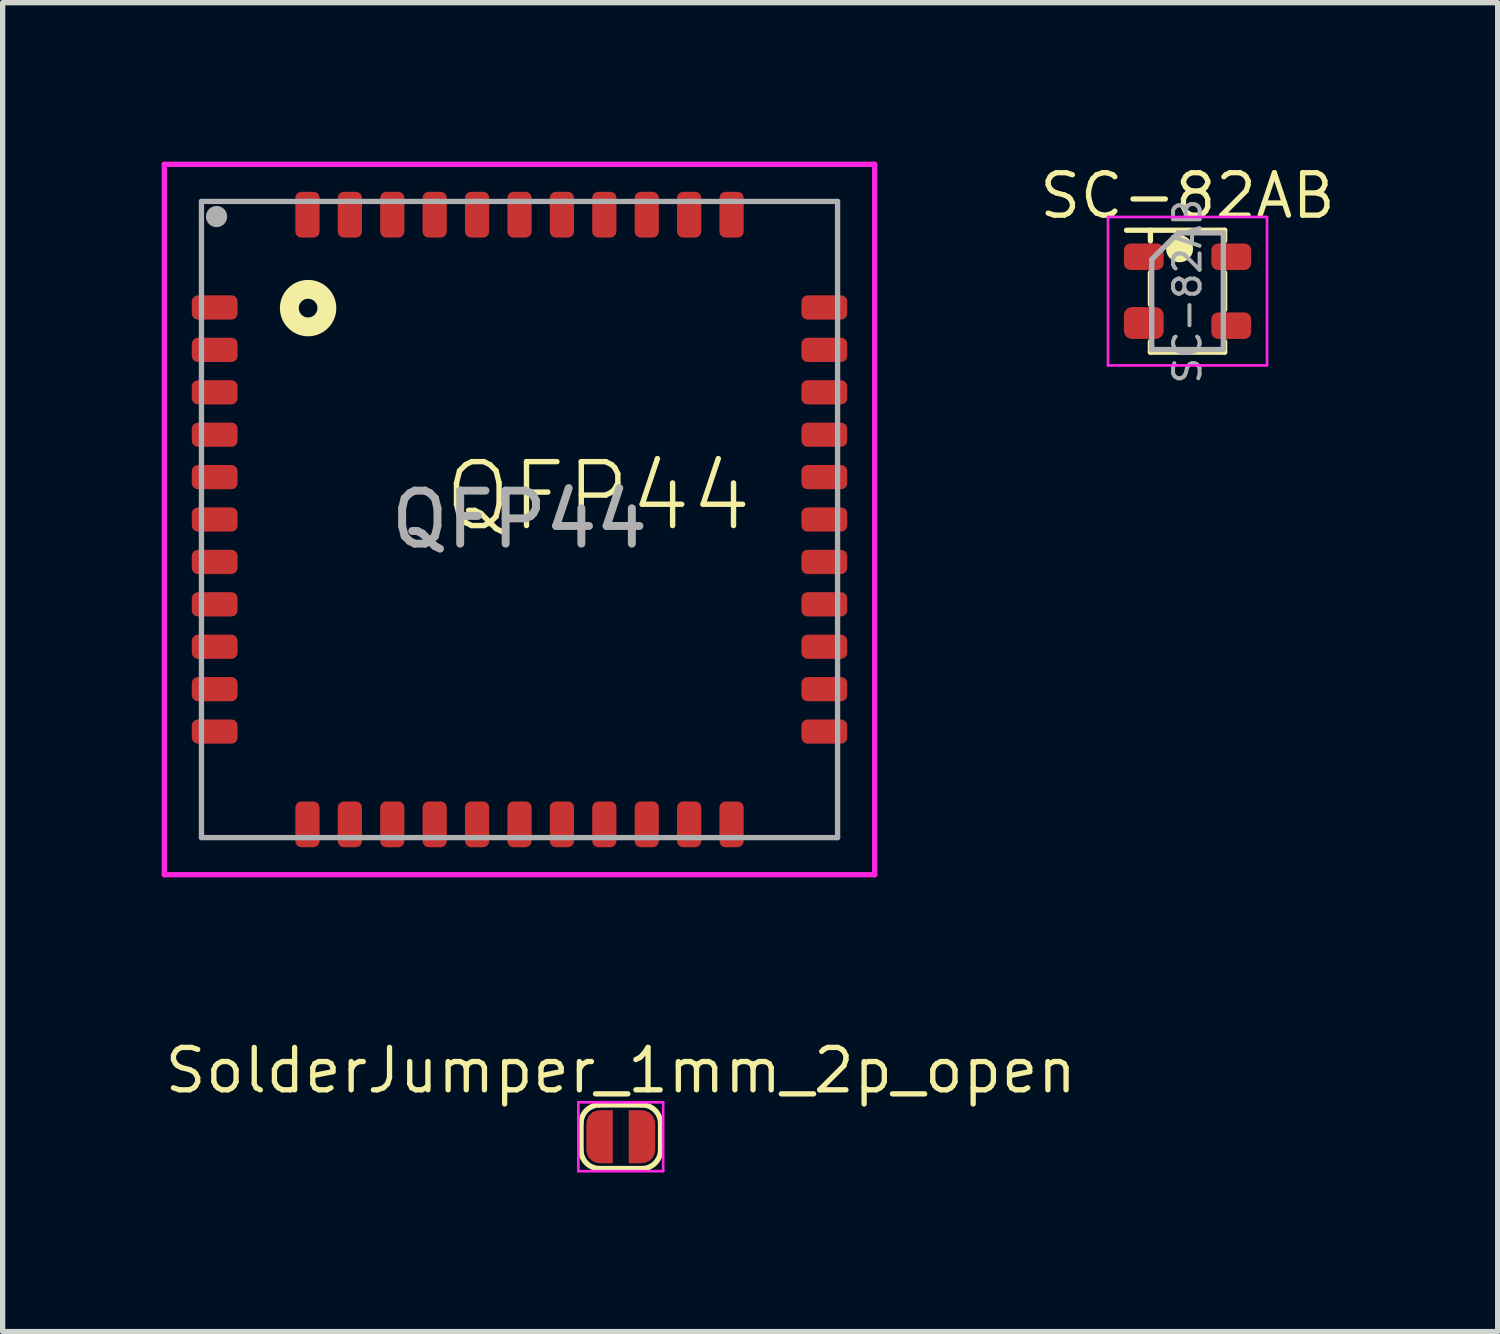
<source format=kicad_pcb>
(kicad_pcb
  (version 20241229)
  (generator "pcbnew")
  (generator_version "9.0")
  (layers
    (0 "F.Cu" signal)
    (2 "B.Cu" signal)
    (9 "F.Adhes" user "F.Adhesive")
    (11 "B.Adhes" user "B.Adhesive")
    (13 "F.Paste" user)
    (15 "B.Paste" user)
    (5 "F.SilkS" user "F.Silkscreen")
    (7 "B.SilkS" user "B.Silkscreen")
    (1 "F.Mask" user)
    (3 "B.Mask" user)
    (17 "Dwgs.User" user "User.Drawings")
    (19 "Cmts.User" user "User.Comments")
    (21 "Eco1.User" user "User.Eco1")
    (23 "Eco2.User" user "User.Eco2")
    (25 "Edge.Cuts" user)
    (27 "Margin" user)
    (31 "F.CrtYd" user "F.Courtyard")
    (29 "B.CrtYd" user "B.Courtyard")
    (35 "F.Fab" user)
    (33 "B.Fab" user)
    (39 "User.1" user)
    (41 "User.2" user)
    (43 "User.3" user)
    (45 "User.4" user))
  (footprint "QFP44"
    (layer "F.Cu")
    (at 6.75 6.75)
    (property "Reference" "QFP44" (at -1.486 0.267 0) (unlocked yes) (layer "F.SilkS") (effects (font (size 1.206 1.206) (thickness 0.102)) (justify left bottom)))
    (attr smd)
    (fp_circle (center -3.988 -3.988) (end -3.812 -3.988) (stroke (width 0.356) (type solid)) (fill no) (layer "F.SilkS"))
    (fp_line (start -6.7 -6.7) (end 6.7 -6.7) (stroke (width 0.1) (type solid)) (layer "F.CrtYd"))
    (fp_line (start -6.7 6.7) (end -6.7 -6.7) (stroke (width 0.1) (type solid)) (layer "F.CrtYd"))
    (fp_line (start 6.7 -6.7) (end 6.7 6.7) (stroke (width 0.1) (type solid)) (layer "F.CrtYd"))
    (fp_line (start 6.7 6.7) (end -6.7 6.7) (stroke (width 0.1) (type solid)) (layer "F.CrtYd"))
    (fp_line (start -6 -6) (end -6 6) (stroke (width 0.1) (type solid)) (layer "F.Fab"))
    (fp_line (start -6 6) (end 6 6) (stroke (width 0.1) (type solid)) (layer "F.Fab"))
    (fp_line (start 6 -6) (end -6 -6) (stroke (width 0.1) (type solid)) (layer "F.Fab"))
    (fp_line (start 6 6) (end 6 -6) (stroke (width 0.1) (type solid)) (layer "F.Fab"))
    (fp_circle (center -5.715 -5.715) (end -5.715 -5.815) (stroke (width 0.2) (type solid)) (fill no) (layer "F.Fab"))
    (fp_text user "${REFERENCE}" (at 0 0 180) (layer "F.Fab") (effects (font (size 1 1) (thickness 0.15))))
    (pad "1" smd roundrect (at -5.75 -4 90) (size 0.457 0.864) (layers "F.Cu" "F.Mask" "F.Paste") (roundrect_rratio 0.25))
    (pad "2" smd roundrect (at -5.75 -3.2 90) (size 0.457 0.864) (layers "F.Cu" "F.Mask" "F.Paste") (roundrect_rratio 0.25))
    (pad "3" smd roundrect (at -5.75 -2.4 90) (size 0.457 0.864) (layers "F.Cu" "F.Mask" "F.Paste") (roundrect_rratio 0.25))
    (pad "4" smd roundrect (at -5.75 -1.6 90) (size 0.457 0.864) (layers "F.Cu" "F.Mask" "F.Paste") (roundrect_rratio 0.25))
    (pad "5" smd roundrect (at -5.75 -0.8 90) (size 0.457 0.864) (layers "F.Cu" "F.Mask" "F.Paste") (roundrect_rratio 0.25))
    (pad "6" smd roundrect (at -5.75 0 90) (size 0.457 0.864) (layers "F.Cu" "F.Mask" "F.Paste") (roundrect_rratio 0.25))
    (pad "7" smd roundrect (at -5.75 0.8 90) (size 0.457 0.864) (layers "F.Cu" "F.Mask" "F.Paste") (roundrect_rratio 0.25))
    (pad "8" smd roundrect (at -5.75 1.6 90) (size 0.457 0.864) (layers "F.Cu" "F.Mask" "F.Paste") (roundrect_rratio 0.25))
    (pad "9" smd roundrect (at -5.75 2.4 90) (size 0.457 0.864) (layers "F.Cu" "F.Mask" "F.Paste") (roundrect_rratio 0.25))
    (pad "10" smd roundrect (at -5.75 3.2 90) (size 0.457 0.864) (layers "F.Cu" "F.Mask" "F.Paste") (roundrect_rratio 0.25))
    (pad "11" smd roundrect (at -5.75 4 90) (size 0.457 0.864) (layers "F.Cu" "F.Mask" "F.Paste") (roundrect_rratio 0.25))
    (pad "12" smd roundrect (at -4 5.75) (size 0.457 0.864) (layers "F.Cu" "F.Mask" "F.Paste") (roundrect_rratio 0.25))
    (pad "13" smd roundrect (at -3.2 5.75) (size 0.457 0.864) (layers "F.Cu" "F.Mask" "F.Paste") (roundrect_rratio 0.25))
    (pad "14" smd roundrect (at -2.4 5.75) (size 0.457 0.864) (layers "F.Cu" "F.Mask" "F.Paste") (roundrect_rratio 0.25))
    (pad "15" smd roundrect (at -1.6 5.75) (size 0.457 0.864) (layers "F.Cu" "F.Mask" "F.Paste") (roundrect_rratio 0.25))
    (pad "16" smd roundrect (at -0.8 5.75) (size 0.457 0.864) (layers "F.Cu" "F.Mask" "F.Paste") (roundrect_rratio 0.25))
    (pad "17" smd roundrect (at 0 5.75) (size 0.457 0.864) (layers "F.Cu" "F.Mask" "F.Paste") (roundrect_rratio 0.25))
    (pad "18" smd roundrect (at 0.8 5.75) (size 0.457 0.864) (layers "F.Cu" "F.Mask" "F.Paste") (roundrect_rratio 0.25))
    (pad "19" smd roundrect (at 1.6 5.75) (size 0.457 0.864) (layers "F.Cu" "F.Mask" "F.Paste") (roundrect_rratio 0.25))
    (pad "20" smd roundrect (at 2.4 5.75) (size 0.457 0.864) (layers "F.Cu" "F.Mask" "F.Paste") (roundrect_rratio 0.25))
    (pad "21" smd roundrect (at 3.2 5.75) (size 0.457 0.864) (layers "F.Cu" "F.Mask" "F.Paste") (roundrect_rratio 0.25))
    (pad "22" smd roundrect (at 4 5.75) (size 0.457 0.864) (layers "F.Cu" "F.Mask" "F.Paste") (roundrect_rratio 0.25))
    (pad "23" smd roundrect (at 5.75 4 90) (size 0.457 0.864) (layers "F.Cu" "F.Mask" "F.Paste") (roundrect_rratio 0.25))
    (pad "24" smd roundrect (at 5.75 3.2 90) (size 0.457 0.864) (layers "F.Cu" "F.Mask" "F.Paste") (roundrect_rratio 0.25))
    (pad "25" smd roundrect (at 5.75 2.4 90) (size 0.457 0.864) (layers "F.Cu" "F.Mask" "F.Paste") (roundrect_rratio 0.25))
    (pad "26" smd roundrect (at 5.75 1.6 90) (size 0.457 0.864) (layers "F.Cu" "F.Mask" "F.Paste") (roundrect_rratio 0.25))
    (pad "27" smd roundrect (at 5.75 0.8 90) (size 0.457 0.864) (layers "F.Cu" "F.Mask" "F.Paste") (roundrect_rratio 0.25))
    (pad "28" smd roundrect (at 5.75 0 90) (size 0.457 0.864) (layers "F.Cu" "F.Mask" "F.Paste") (roundrect_rratio 0.25))
    (pad "29" smd roundrect (at 5.75 -0.8 90) (size 0.457 0.864) (layers "F.Cu" "F.Mask" "F.Paste") (roundrect_rratio 0.25))
    (pad "30" smd roundrect (at 5.75 -1.6 90) (size 0.457 0.864) (layers "F.Cu" "F.Mask" "F.Paste") (roundrect_rratio 0.25))
    (pad "31" smd roundrect (at 5.75 -2.4 90) (size 0.457 0.864) (layers "F.Cu" "F.Mask" "F.Paste") (roundrect_rratio 0.25))
    (pad "32" smd roundrect (at 5.75 -3.2 90) (size 0.457 0.864) (layers "F.Cu" "F.Mask" "F.Paste") (roundrect_rratio 0.25))
    (pad "33" smd roundrect (at 5.75 -4 90) (size 0.457 0.864) (layers "F.Cu" "F.Mask" "F.Paste") (roundrect_rratio 0.25))
    (pad "34" smd roundrect (at 4 -5.75) (size 0.457 0.864) (layers "F.Cu" "F.Mask" "F.Paste") (roundrect_rratio 0.25))
    (pad "35" smd roundrect (at 3.2 -5.75) (size 0.457 0.864) (layers "F.Cu" "F.Mask" "F.Paste") (roundrect_rratio 0.25))
    (pad "36" smd roundrect (at 2.4 -5.75) (size 0.457 0.864) (layers "F.Cu" "F.Mask" "F.Paste") (roundrect_rratio 0.25))
    (pad "37" smd roundrect (at 1.6 -5.75) (size 0.457 0.864) (layers "F.Cu" "F.Mask" "F.Paste") (roundrect_rratio 0.25))
    (pad "38" smd roundrect (at 0.8 -5.75) (size 0.457 0.864) (layers "F.Cu" "F.Mask" "F.Paste") (roundrect_rratio 0.25))
    (pad "39" smd roundrect (at 0 -5.75) (size 0.457 0.864) (layers "F.Cu" "F.Mask" "F.Paste") (roundrect_rratio 0.25))
    (pad "40" smd roundrect (at -0.8 -5.75) (size 0.457 0.864) (layers "F.Cu" "F.Mask" "F.Paste") (roundrect_rratio 0.25))
    (pad "41" smd roundrect (at -1.6 -5.75) (size 0.457 0.864) (layers "F.Cu" "F.Mask" "F.Paste") (roundrect_rratio 0.25))
    (pad "42" smd roundrect (at -2.4 -5.75) (size 0.457 0.864) (layers "F.Cu" "F.Mask" "F.Paste") (roundrect_rratio 0.25))
    (pad "43" smd roundrect (at -3.2 -5.75) (size 0.457 0.864) (layers "F.Cu" "F.Mask" "F.Paste") (roundrect_rratio 0.25))
    (pad "44" smd roundrect (at -4 -5.75) (size 0.457 0.864) (layers "F.Cu" "F.Mask" "F.Paste") (roundrect_rratio 0.25)))
  (footprint "SC-82AB"
    (layer "F.Cu")
    (at 19.351 2.443)
    (property "Reference" "SC-82AB" (at 0 -1.8 0) (unlocked yes) (layer "F.SilkS") (effects (font (size 0.8 0.8) (thickness 0.1))))
    (attr smd)
    (fp_line (start -0.7 -0.95) (end -0.7 -1.15) (stroke (width 0.1) (type default)) (layer "F.SilkS"))
    (fp_line (start -0.7 -0.35) (end -0.7 0.25) (stroke (width 0.1) (type default)) (layer "F.SilkS"))
    (fp_line (start -0.7 1.15) (end -0.7 0.95) (stroke (width 0.1) (type default)) (layer "F.SilkS"))
    (fp_line (start -0.7 1.15) (end 0.7 1.15) (stroke (width 0.1) (type default)) (layer "F.SilkS"))
    (fp_line (start 0.7 -1.15) (end -1.15 -1.15) (stroke (width 0.1) (type default)) (layer "F.SilkS"))
    (fp_line (start 0.7 -0.95) (end 0.7 -1.15) (stroke (width 0.1) (type default)) (layer "F.SilkS"))
    (fp_line (start 0.7 -0.35) (end 0.7 0.35) (stroke (width 0.1) (type default)) (layer "F.SilkS"))
    (fp_line (start 0.7 1.15) (end 0.7 0.95) (stroke (width 0.1) (type default)) (layer "F.SilkS"))
    (fp_circle (center -0.15 -0.8) (end 0.1 -0.8) (stroke (width 0.01) (type solid)) (fill yes) (layer "F.SilkS"))
    (fp_line (start -1.5 -1.4) (end -1.5 1.4) (stroke (width 0.05) (type solid)) (layer "F.CrtYd"))
    (fp_line (start -1.5 -1.4) (end 1.5 -1.4) (stroke (width 0.05) (type solid)) (layer "F.CrtYd"))
    (fp_line (start -1.5 1.4) (end 1.5 1.4) (stroke (width 0.05) (type solid)) (layer "F.CrtYd"))
    (fp_line (start 1.5 1.4) (end 1.5 -1.4) (stroke (width 0.05) (type solid)) (layer "F.CrtYd"))
    (fp_line (start -0.675 -0.6) (end -0.675 1.1) (stroke (width 0.1) (type solid)) (layer "F.Fab"))
    (fp_line (start -0.175 -1.1) (end -0.675 -0.6) (stroke (width 0.1) (type solid)) (layer "F.Fab"))
    (fp_line (start 0.675 -1.1) (end -0.175 -1.1) (stroke (width 0.1) (type solid)) (layer "F.Fab"))
    (fp_line (start 0.675 -1.1) (end 0.675 1.1) (stroke (width 0.1) (type solid)) (layer "F.Fab"))
    (fp_line (start 0.675 1.1) (end -0.675 1.1) (stroke (width 0.1) (type solid)) (layer "F.Fab"))
    (fp_text user "${REFERENCE}" (at 0 0 90) (layer "F.Fab") (effects (font (size 0.5 0.5) (thickness 0.075))))
    (pad "1" smd roundrect (at -0.825 -0.65) (size 0.75 0.5) (layers "F.Cu" "F.Mask" "F.Paste") (roundrect_rratio 0.25))
    (pad "2" smd roundrect (at -0.825 0.6) (size 0.75 0.6) (layers "F.Cu" "F.Mask" "F.Paste") (roundrect_rratio 0.25))
    (pad "3" smd roundrect (at 0.825 0.65) (size 0.75 0.5) (layers "F.Cu" "F.Mask" "F.Paste") (roundrect_rratio 0.25))
    (pad "4" smd roundrect (at 0.825 -0.65) (size 0.75 0.5) (layers "F.Cu" "F.Mask" "F.Paste") (roundrect_rratio 0.25)))
  (footprint "SolderJumper_1mm_2p_open"
    (layer "F.Cu")
    (at 8.66 18.393)
    (property "Reference" "SolderJumper_1mm_2p_open" (at 0 -1.25 0) (unlocked yes) (layer "F.SilkS") (effects (font (size 0.8 0.8) (thickness 0.1))))
    (attr exclude_from_pos_files exclude_from_bom)
    (fp_line (start -0.75 0.25) (end -0.75 -0.25) (stroke (width 0.1) (type default)) (layer "F.SilkS"))
    (fp_line (start -0.4 -0.6) (end 0.4 -0.6) (stroke (width 0.1) (type default)) (layer "F.SilkS"))
    (fp_line (start -0.4 0.6) (end 0.4 0.6) (stroke (width 0.1) (type default)) (layer "F.SilkS"))
    (fp_line (start 0.75 0.25) (end 0.75 -0.25) (stroke (width 0.1) (type default)) (layer "F.SilkS"))
    (fp_arc (start -0.75 -0.25) (mid -0.647487 -0.497487) (end -0.4 -0.6) (stroke (width 0.1) (type default)) (layer "F.SilkS"))
    (fp_arc (start -0.4 0.599999) (mid -0.647487 0.497487) (end -0.749999 0.25) (stroke (width 0.1) (type default)) (layer "F.SilkS"))
    (fp_arc (start 0.4 -0.599998) (mid 0.647486 -0.497486) (end 0.749998 -0.25) (stroke (width 0.1) (type default)) (layer "F.SilkS"))
    (fp_arc (start 0.75 0.25) (mid 0.647487 0.497487) (end 0.4 0.600001) (stroke (width 0.1) (type default)) (layer "F.SilkS"))
    (fp_line (start -0.8 -0.65) (end -0.8 0.65) (stroke (width 0.05) (type solid)) (layer "F.CrtYd"))
    (fp_line (start -0.8 -0.65) (end 0.8 -0.65) (stroke (width 0.05) (type solid)) (layer "F.CrtYd"))
    (fp_line (start 0.8 0.65) (end -0.8 0.65) (stroke (width 0.05) (type solid)) (layer "F.CrtYd"))
    (fp_line (start 0.8 0.65) (end 0.8 -0.65) (stroke (width 0.05) (type solid)) (layer "F.CrtYd"))
    (pad "1" smd custom (at -0.4 0) (size 0.5 0.5) (layers "F.Cu" "F.Mask") (options (anchor rect)) (primitives (gr_circle (center 0 0.25) (end 0.25 0.25) (width 0) (fill yes)) (gr_circle (center 0 -0.25) (end 0.25 -0.25) (width 0) (fill yes)) (gr_poly (pts (xy 0.25 0.5) (xy 0 0.5) (xy 0 -0.5) (xy 0.25 -0.5)) (width 0) (fill yes))))
    (pad "2" smd custom (at 0.4 0 180) (size 0.5 0.5) (layers "F.Cu" "F.Mask") (options (anchor rect)) (primitives (gr_circle (center 0 0.25) (end 0.25 0.25) (width 0) (fill yes)) (gr_circle (center 0 -0.25) (end 0.25 -0.25) (width 0) (fill yes)) (gr_poly (pts (xy 0.25 0.5) (xy 0 0.5) (xy 0 -0.5) (xy 0.25 -0.5)) (width 0) (fill yes)))))
  (gr_rect
    (start -3 -3)
    (end 25.202 22.069)
    (stroke (width 0.1) (type default))
    (fill no)
    (layer "Edge.Cuts")))
</source>
